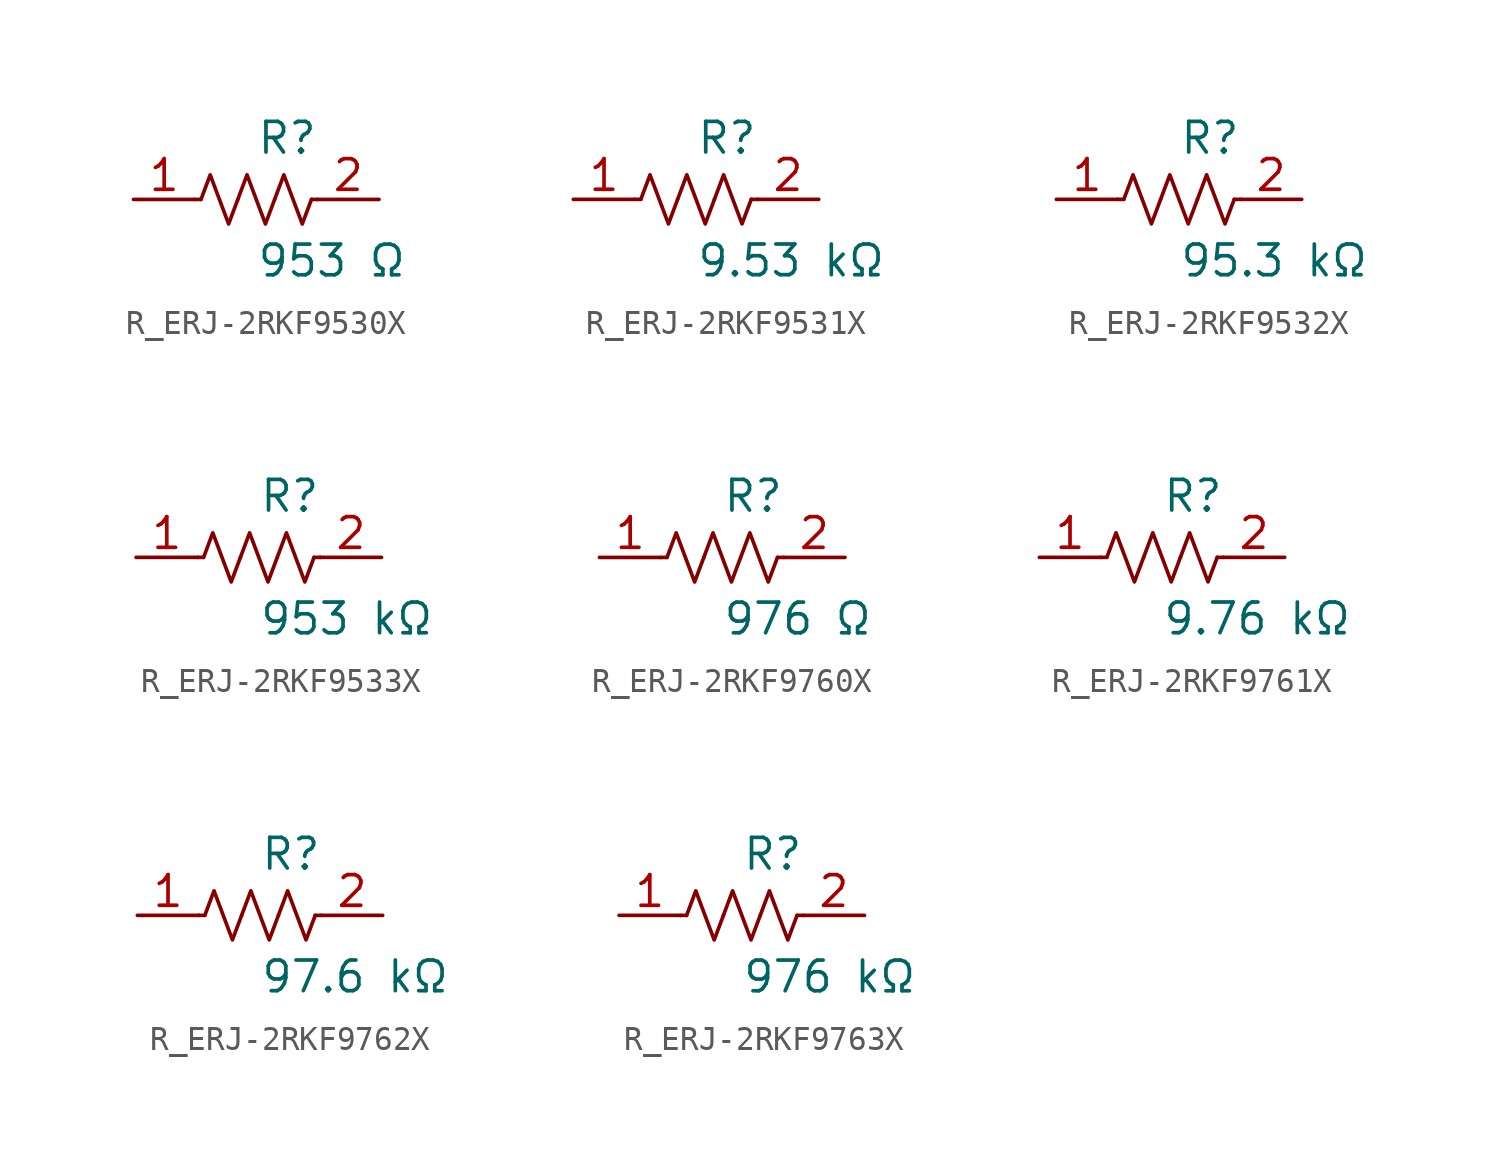
<source format=kicad_sym>
(kicad_symbol_lib
  (version 20231120)
  (generator kicad_symbol_editor)
  (generator_version 8.0)
  (symbol "R_ERJ-2RKF9530X"
    (pin_names
      (offset 0.254))
    (property "Reference" "R"
      (at 0 2.54 0)
      (effects (font (size 1.27 1.27)) (justify left)))
    (property "Value" "953 Ω"
      (at 0 -2.54 0)
      (effects (font (size 1.27 1.27)) (justify left)))
    (symbol "R_ERJ-2RKF9530X_0_1"
      (polyline (pts (xy 2.286 0) (xy 2.54 0)) (stroke (width 0) (type default)) (fill (type none)))
      (polyline (pts (xy -2.286 0) (xy -2.54 0)) (stroke (width 0) (type default)) (fill (type none)))
      (polyline (pts (xy 0.762 0) (xy 1.143 1.016) (xy 1.524 0) (xy 1.905 -1.016) (xy 2.286 0)) (stroke (width 0) (type default)) (fill (type none)))
      (polyline (pts (xy -0.762 0) (xy -0.381 1.016) (xy 0 0) (xy 0.381 -1.016) (xy 0.762 0)) (stroke (width 0) (type default)) (fill (type none)))
      (polyline (pts (xy -2.286 0) (xy -1.905 1.016) (xy -1.524 0) (xy -1.143 -1.016) (xy -0.762 0)) (stroke (width 0) (type default)) (fill (type none))))
    (pin unspecified line
      (at -5.08 0 0)
      (length 2.54)
      (name "" (effects (font (size 1.27 1.27))))
      (number "1" (effects (font (size 1.27 1.27)))))
    (pin unspecified line
      (at 5.08 0 180)
      (length 2.54)
      (name "" (effects (font (size 1.27 1.27))))
      (number "2" (effects (font (size 1.27 1.27))))))
  (symbol "R_ERJ-2RKF9531X"
    (pin_names
      (offset 0.254))
    (property "Reference" "R"
      (at 0 2.54 0)
      (effects (font (size 1.27 1.27)) (justify left)))
    (property "Value" "9.53 kΩ"
      (at 0 -2.54 0)
      (effects (font (size 1.27 1.27)) (justify left)))
    (symbol "R_ERJ-2RKF9531X_0_1"
      (polyline (pts (xy 2.286 0) (xy 2.54 0)) (stroke (width 0) (type default)) (fill (type none)))
      (polyline (pts (xy -2.286 0) (xy -2.54 0)) (stroke (width 0) (type default)) (fill (type none)))
      (polyline (pts (xy 0.762 0) (xy 1.143 1.016) (xy 1.524 0) (xy 1.905 -1.016) (xy 2.286 0)) (stroke (width 0) (type default)) (fill (type none)))
      (polyline (pts (xy -0.762 0) (xy -0.381 1.016) (xy 0 0) (xy 0.381 -1.016) (xy 0.762 0)) (stroke (width 0) (type default)) (fill (type none)))
      (polyline (pts (xy -2.286 0) (xy -1.905 1.016) (xy -1.524 0) (xy -1.143 -1.016) (xy -0.762 0)) (stroke (width 0) (type default)) (fill (type none))))
    (pin unspecified line
      (at -5.08 0 0)
      (length 2.54)
      (name "" (effects (font (size 1.27 1.27))))
      (number "1" (effects (font (size 1.27 1.27)))))
    (pin unspecified line
      (at 5.08 0 180)
      (length 2.54)
      (name "" (effects (font (size 1.27 1.27))))
      (number "2" (effects (font (size 1.27 1.27))))))
  (symbol "R_ERJ-2RKF9532X"
    (pin_names
      (offset 0.254))
    (property "Reference" "R"
      (at 0 2.54 0)
      (effects (font (size 1.27 1.27)) (justify left)))
    (property "Value" "95.3 kΩ"
      (at 0 -2.54 0)
      (effects (font (size 1.27 1.27)) (justify left)))
    (symbol "R_ERJ-2RKF9532X_0_1"
      (polyline (pts (xy 2.286 0) (xy 2.54 0)) (stroke (width 0) (type default)) (fill (type none)))
      (polyline (pts (xy -2.286 0) (xy -2.54 0)) (stroke (width 0) (type default)) (fill (type none)))
      (polyline (pts (xy 0.762 0) (xy 1.143 1.016) (xy 1.524 0) (xy 1.905 -1.016) (xy 2.286 0)) (stroke (width 0) (type default)) (fill (type none)))
      (polyline (pts (xy -0.762 0) (xy -0.381 1.016) (xy 0 0) (xy 0.381 -1.016) (xy 0.762 0)) (stroke (width 0) (type default)) (fill (type none)))
      (polyline (pts (xy -2.286 0) (xy -1.905 1.016) (xy -1.524 0) (xy -1.143 -1.016) (xy -0.762 0)) (stroke (width 0) (type default)) (fill (type none))))
    (pin unspecified line
      (at -5.08 0 0)
      (length 2.54)
      (name "" (effects (font (size 1.27 1.27))))
      (number "1" (effects (font (size 1.27 1.27)))))
    (pin unspecified line
      (at 5.08 0 180)
      (length 2.54)
      (name "" (effects (font (size 1.27 1.27))))
      (number "2" (effects (font (size 1.27 1.27))))))
  (symbol "R_ERJ-2RKF9533X"
    (pin_names
      (offset 0.254))
    (property "Reference" "R"
      (at 0 2.54 0)
      (effects (font (size 1.27 1.27)) (justify left)))
    (property "Value" "953 kΩ"
      (at 0 -2.54 0)
      (effects (font (size 1.27 1.27)) (justify left)))
    (symbol "R_ERJ-2RKF9533X_0_1"
      (polyline (pts (xy 2.286 0) (xy 2.54 0)) (stroke (width 0) (type default)) (fill (type none)))
      (polyline (pts (xy -2.286 0) (xy -2.54 0)) (stroke (width 0) (type default)) (fill (type none)))
      (polyline (pts (xy 0.762 0) (xy 1.143 1.016) (xy 1.524 0) (xy 1.905 -1.016) (xy 2.286 0)) (stroke (width 0) (type default)) (fill (type none)))
      (polyline (pts (xy -0.762 0) (xy -0.381 1.016) (xy 0 0) (xy 0.381 -1.016) (xy 0.762 0)) (stroke (width 0) (type default)) (fill (type none)))
      (polyline (pts (xy -2.286 0) (xy -1.905 1.016) (xy -1.524 0) (xy -1.143 -1.016) (xy -0.762 0)) (stroke (width 0) (type default)) (fill (type none))))
    (pin unspecified line
      (at -5.08 0 0)
      (length 2.54)
      (name "" (effects (font (size 1.27 1.27))))
      (number "1" (effects (font (size 1.27 1.27)))))
    (pin unspecified line
      (at 5.08 0 180)
      (length 2.54)
      (name "" (effects (font (size 1.27 1.27))))
      (number "2" (effects (font (size 1.27 1.27))))))
  (symbol "R_ERJ-2RKF9760X"
    (pin_names
      (offset 0.254))
    (property "Reference" "R"
      (at 0 2.54 0)
      (effects (font (size 1.27 1.27)) (justify left)))
    (property "Value" "976 Ω"
      (at 0 -2.54 0)
      (effects (font (size 1.27 1.27)) (justify left)))
    (symbol "R_ERJ-2RKF9760X_0_1"
      (polyline (pts (xy 2.286 0) (xy 2.54 0)) (stroke (width 0) (type default)) (fill (type none)))
      (polyline (pts (xy -2.286 0) (xy -2.54 0)) (stroke (width 0) (type default)) (fill (type none)))
      (polyline (pts (xy 0.762 0) (xy 1.143 1.016) (xy 1.524 0) (xy 1.905 -1.016) (xy 2.286 0)) (stroke (width 0) (type default)) (fill (type none)))
      (polyline (pts (xy -0.762 0) (xy -0.381 1.016) (xy 0 0) (xy 0.381 -1.016) (xy 0.762 0)) (stroke (width 0) (type default)) (fill (type none)))
      (polyline (pts (xy -2.286 0) (xy -1.905 1.016) (xy -1.524 0) (xy -1.143 -1.016) (xy -0.762 0)) (stroke (width 0) (type default)) (fill (type none))))
    (pin unspecified line
      (at -5.08 0 0)
      (length 2.54)
      (name "" (effects (font (size 1.27 1.27))))
      (number "1" (effects (font (size 1.27 1.27)))))
    (pin unspecified line
      (at 5.08 0 180)
      (length 2.54)
      (name "" (effects (font (size 1.27 1.27))))
      (number "2" (effects (font (size 1.27 1.27))))))
  (symbol "R_ERJ-2RKF9761X"
    (pin_names
      (offset 0.254))
    (property "Reference" "R"
      (at 0 2.54 0)
      (effects (font (size 1.27 1.27)) (justify left)))
    (property "Value" "9.76 kΩ"
      (at 0 -2.54 0)
      (effects (font (size 1.27 1.27)) (justify left)))
    (symbol "R_ERJ-2RKF9761X_0_1"
      (polyline (pts (xy 2.286 0) (xy 2.54 0)) (stroke (width 0) (type default)) (fill (type none)))
      (polyline (pts (xy -2.286 0) (xy -2.54 0)) (stroke (width 0) (type default)) (fill (type none)))
      (polyline (pts (xy 0.762 0) (xy 1.143 1.016) (xy 1.524 0) (xy 1.905 -1.016) (xy 2.286 0)) (stroke (width 0) (type default)) (fill (type none)))
      (polyline (pts (xy -0.762 0) (xy -0.381 1.016) (xy 0 0) (xy 0.381 -1.016) (xy 0.762 0)) (stroke (width 0) (type default)) (fill (type none)))
      (polyline (pts (xy -2.286 0) (xy -1.905 1.016) (xy -1.524 0) (xy -1.143 -1.016) (xy -0.762 0)) (stroke (width 0) (type default)) (fill (type none))))
    (pin unspecified line
      (at -5.08 0 0)
      (length 2.54)
      (name "" (effects (font (size 1.27 1.27))))
      (number "1" (effects (font (size 1.27 1.27)))))
    (pin unspecified line
      (at 5.08 0 180)
      (length 2.54)
      (name "" (effects (font (size 1.27 1.27))))
      (number "2" (effects (font (size 1.27 1.27))))))
  (symbol "R_ERJ-2RKF9762X"
    (pin_names
      (offset 0.254))
    (property "Reference" "R"
      (at 0 2.54 0)
      (effects (font (size 1.27 1.27)) (justify left)))
    (property "Value" "97.6 kΩ"
      (at 0 -2.54 0)
      (effects (font (size 1.27 1.27)) (justify left)))
    (symbol "R_ERJ-2RKF9762X_0_1"
      (polyline (pts (xy 2.286 0) (xy 2.54 0)) (stroke (width 0) (type default)) (fill (type none)))
      (polyline (pts (xy -2.286 0) (xy -2.54 0)) (stroke (width 0) (type default)) (fill (type none)))
      (polyline (pts (xy 0.762 0) (xy 1.143 1.016) (xy 1.524 0) (xy 1.905 -1.016) (xy 2.286 0)) (stroke (width 0) (type default)) (fill (type none)))
      (polyline (pts (xy -0.762 0) (xy -0.381 1.016) (xy 0 0) (xy 0.381 -1.016) (xy 0.762 0)) (stroke (width 0) (type default)) (fill (type none)))
      (polyline (pts (xy -2.286 0) (xy -1.905 1.016) (xy -1.524 0) (xy -1.143 -1.016) (xy -0.762 0)) (stroke (width 0) (type default)) (fill (type none))))
    (pin unspecified line
      (at -5.08 0 0)
      (length 2.54)
      (name "" (effects (font (size 1.27 1.27))))
      (number "1" (effects (font (size 1.27 1.27)))))
    (pin unspecified line
      (at 5.08 0 180)
      (length 2.54)
      (name "" (effects (font (size 1.27 1.27))))
      (number "2" (effects (font (size 1.27 1.27))))))
  (symbol "R_ERJ-2RKF9763X"
    (pin_names
      (offset 0.254))
    (property "Reference" "R"
      (at 0 2.54 0)
      (effects (font (size 1.27 1.27)) (justify left)))
    (property "Value" "976 kΩ"
      (at 0 -2.54 0)
      (effects (font (size 1.27 1.27)) (justify left)))
    (symbol "R_ERJ-2RKF9763X_0_1"
      (polyline (pts (xy 2.286 0) (xy 2.54 0)) (stroke (width 0) (type default)) (fill (type none)))
      (polyline (pts (xy -2.286 0) (xy -2.54 0)) (stroke (width 0) (type default)) (fill (type none)))
      (polyline (pts (xy 0.762 0) (xy 1.143 1.016) (xy 1.524 0) (xy 1.905 -1.016) (xy 2.286 0)) (stroke (width 0) (type default)) (fill (type none)))
      (polyline (pts (xy -0.762 0) (xy -0.381 1.016) (xy 0 0) (xy 0.381 -1.016) (xy 0.762 0)) (stroke (width 0) (type default)) (fill (type none)))
      (polyline (pts (xy -2.286 0) (xy -1.905 1.016) (xy -1.524 0) (xy -1.143 -1.016) (xy -0.762 0)) (stroke (width 0) (type default)) (fill (type none))))
    (pin unspecified line
      (at -5.08 0 0)
      (length 2.54)
      (name "" (effects (font (size 1.27 1.27))))
      (number "1" (effects (font (size 1.27 1.27)))))
    (pin unspecified line
      (at 5.08 0 180)
      (length 2.54)
      (name "" (effects (font (size 1.27 1.27))))
      (number "2" (effects (font (size 1.27 1.27)))))))
</source>
